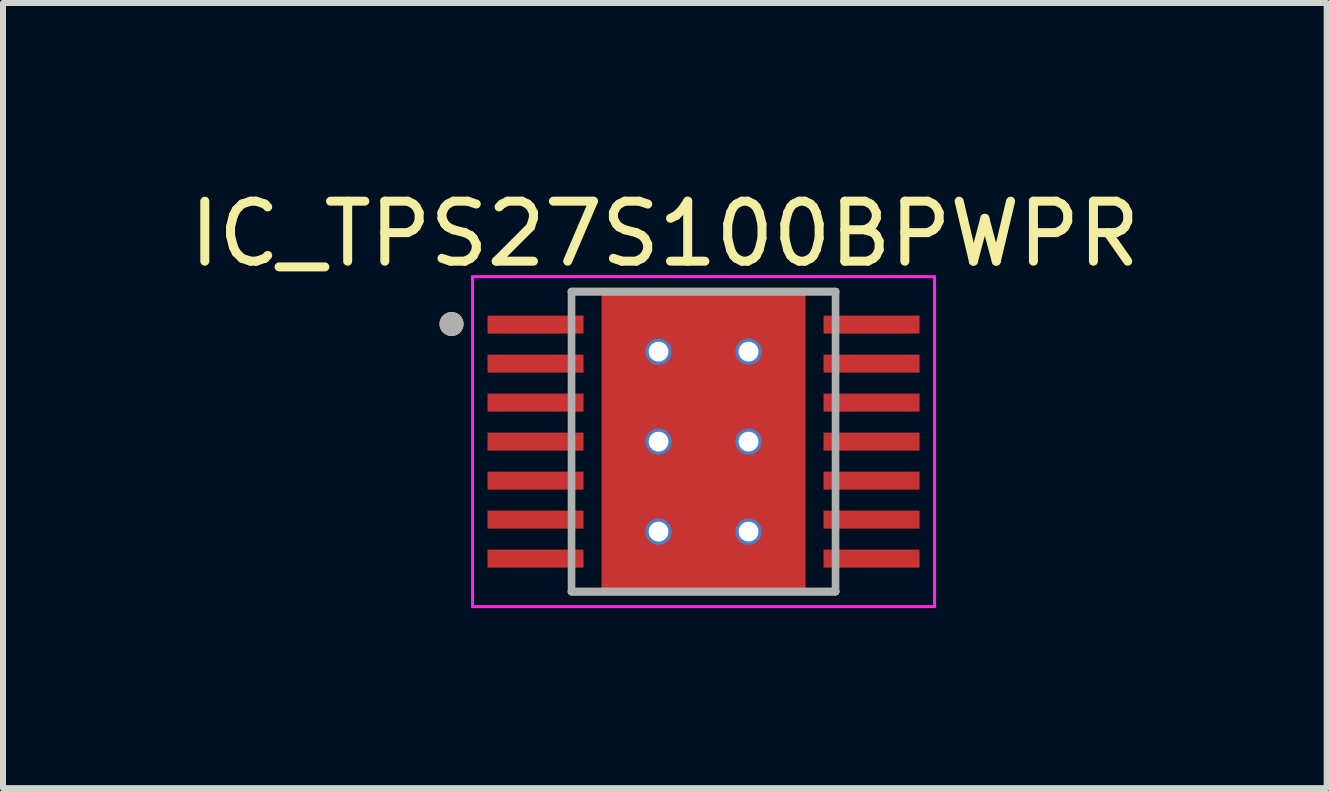
<source format=kicad_pcb>
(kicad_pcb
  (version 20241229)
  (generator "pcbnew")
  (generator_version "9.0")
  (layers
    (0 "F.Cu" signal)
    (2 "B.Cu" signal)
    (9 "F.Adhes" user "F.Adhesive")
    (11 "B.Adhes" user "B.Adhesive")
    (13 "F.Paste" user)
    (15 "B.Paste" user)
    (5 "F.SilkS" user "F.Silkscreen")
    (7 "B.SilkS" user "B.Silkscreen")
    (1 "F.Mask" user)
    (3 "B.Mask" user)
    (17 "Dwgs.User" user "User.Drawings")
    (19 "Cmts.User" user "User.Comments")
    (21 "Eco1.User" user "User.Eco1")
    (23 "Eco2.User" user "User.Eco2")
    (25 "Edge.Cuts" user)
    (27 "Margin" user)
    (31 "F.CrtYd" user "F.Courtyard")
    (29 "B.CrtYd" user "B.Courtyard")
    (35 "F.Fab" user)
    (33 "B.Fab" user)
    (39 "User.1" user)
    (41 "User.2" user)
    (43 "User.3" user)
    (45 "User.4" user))
  (footprint "IC_TPS27S100BPWPR"
    (layer "F.Cu")
    (at 8.675 4.31)
    (property "Reference" "IC_TPS27S100BPWPR" (at -0.645 -3.462 0) (layer "F.SilkS") (effects (font (size 1 1) (thickness 0.15))))
    (attr smd)
    (fp_poly (pts (xy -1.23 -1.155) (xy 1.23 -1.155) (xy 1.23 1.155) (xy -1.23 1.155)) (stroke (width 0.01) (type solid)) (fill yes) (layer "F.Mask"))
    (fp_line (start -2.2 -2.5) (end 2.2 -2.5) (stroke (width 0.127) (type solid)) (layer "F.SilkS"))
    (fp_line (start -2.2 2.5) (end 2.2 2.5) (stroke (width 0.127) (type solid)) (layer "F.SilkS"))
    (fp_circle (center -4.2 -1.96) (end -4.1 -1.96) (stroke (width 0.2) (type solid)) (fill no) (layer "F.SilkS"))
    (fp_poly (pts (xy -3.575 -2.075) (xy -2.025 -2.075) (xy -2.025 -1.825) (xy -3.575 -1.825)) (stroke (width 0.01) (type solid)) (fill yes) (layer "F.Paste"))
    (fp_poly (pts (xy -3.575 -1.425) (xy -2.025 -1.425) (xy -2.025 -1.175) (xy -3.575 -1.175)) (stroke (width 0.01) (type solid)) (fill yes) (layer "F.Paste"))
    (fp_poly (pts (xy -3.575 -0.775) (xy -2.025 -0.775) (xy -2.025 -0.525) (xy -3.575 -0.525)) (stroke (width 0.01) (type solid)) (fill yes) (layer "F.Paste"))
    (fp_poly (pts (xy -3.575 -0.125) (xy -2.025 -0.125) (xy -2.025 0.125) (xy -3.575 0.125)) (stroke (width 0.01) (type solid)) (fill yes) (layer "F.Paste"))
    (fp_poly (pts (xy -3.575 0.525) (xy -2.025 0.525) (xy -2.025 0.775) (xy -3.575 0.775)) (stroke (width 0.01) (type solid)) (fill yes) (layer "F.Paste"))
    (fp_poly (pts (xy -3.575 1.175) (xy -2.025 1.175) (xy -2.025 1.425) (xy -3.575 1.425)) (stroke (width 0.01) (type solid)) (fill yes) (layer "F.Paste"))
    (fp_poly (pts (xy -3.575 1.825) (xy -2.025 1.825) (xy -2.025 2.075) (xy -3.575 2.075)) (stroke (width 0.01) (type solid)) (fill yes) (layer "F.Paste"))
    (fp_poly (pts (xy -1.23 -1.155) (xy 1.23 -1.155) (xy 1.23 1.155) (xy -1.23 1.155)) (stroke (width 0.01) (type solid)) (fill yes) (layer "F.Paste"))
    (fp_poly (pts (xy 2.025 -2.075) (xy 3.575 -2.075) (xy 3.575 -1.825) (xy 2.025 -1.825)) (stroke (width 0.01) (type solid)) (fill yes) (layer "F.Paste"))
    (fp_poly (pts (xy 2.025 -1.425) (xy 3.575 -1.425) (xy 3.575 -1.175) (xy 2.025 -1.175)) (stroke (width 0.01) (type solid)) (fill yes) (layer "F.Paste"))
    (fp_poly (pts (xy 2.025 -0.775) (xy 3.575 -0.775) (xy 3.575 -0.525) (xy 2.025 -0.525)) (stroke (width 0.01) (type solid)) (fill yes) (layer "F.Paste"))
    (fp_poly (pts (xy 2.025 -0.125) (xy 3.575 -0.125) (xy 3.575 0.125) (xy 2.025 0.125)) (stroke (width 0.01) (type solid)) (fill yes) (layer "F.Paste"))
    (fp_poly (pts (xy 2.025 0.525) (xy 3.575 0.525) (xy 3.575 0.775) (xy 2.025 0.775)) (stroke (width 0.01) (type solid)) (fill yes) (layer "F.Paste"))
    (fp_poly (pts (xy 2.025 1.175) (xy 3.575 1.175) (xy 3.575 1.425) (xy 2.025 1.425)) (stroke (width 0.01) (type solid)) (fill yes) (layer "F.Paste"))
    (fp_poly (pts (xy 2.025 1.825) (xy 3.575 1.825) (xy 3.575 2.075) (xy 2.025 2.075)) (stroke (width 0.01) (type solid)) (fill yes) (layer "F.Paste"))
    (fp_line (start -3.85 -2.75) (end -3.85 2.75) (stroke (width 0.05) (type solid)) (layer "F.CrtYd"))
    (fp_line (start -3.85 -2.75) (end 3.85 -2.75) (stroke (width 0.05) (type solid)) (layer "F.CrtYd"))
    (fp_line (start -3.85 2.75) (end 3.85 2.75) (stroke (width 0.05) (type solid)) (layer "F.CrtYd"))
    (fp_line (start 3.85 -2.75) (end 3.85 2.75) (stroke (width 0.05) (type solid)) (layer "F.CrtYd"))
    (fp_line (start -2.2 -2.5) (end -2.2 2.5) (stroke (width 0.127) (type solid)) (layer "F.Fab"))
    (fp_line (start -2.2 -2.5) (end 2.2 -2.5) (stroke (width 0.127) (type solid)) (layer "F.Fab"))
    (fp_line (start -2.2 2.5) (end 2.2 2.5) (stroke (width 0.127) (type solid)) (layer "F.Fab"))
    (fp_line (start 2.2 -2.5) (end 2.2 2.5) (stroke (width 0.127) (type solid)) (layer "F.Fab"))
    (fp_circle (center -4.2 -1.96) (end -4.1 -1.96) (stroke (width 0.2) (type solid)) (fill no) (layer "F.Fab"))
    (pad "1" smd rect (at -2.8 -1.95) (size 1.6 0.3) (layers "F.Cu" "F.Mask"))
    (pad "2" smd rect (at -2.8 -1.3) (size 1.6 0.3) (layers "F.Cu" "F.Mask"))
    (pad "3" smd rect (at -2.8 -0.65) (size 1.6 0.3) (layers "F.Cu" "F.Mask"))
    (pad "4" smd rect (at -2.8 0) (size 1.6 0.3) (layers "F.Cu" "F.Mask"))
    (pad "5" smd rect (at -2.8 0.65) (size 1.6 0.3) (layers "F.Cu" "F.Mask"))
    (pad "6" smd rect (at -2.8 1.3) (size 1.6 0.3) (layers "F.Cu" "F.Mask"))
    (pad "7" smd rect (at -2.8 1.95) (size 1.6 0.3) (layers "F.Cu" "F.Mask"))
    (pad "8" smd rect (at 2.8 1.95) (size 1.6 0.3) (layers "F.Cu" "F.Mask"))
    (pad "9" smd rect (at 2.8 1.3) (size 1.6 0.3) (layers "F.Cu" "F.Mask"))
    (pad "10" smd rect (at 2.8 0.65) (size 1.6 0.3) (layers "F.Cu" "F.Mask"))
    (pad "11" smd rect (at 2.8 0) (size 1.6 0.3) (layers "F.Cu" "F.Mask"))
    (pad "12" smd rect (at 2.8 -0.65) (size 1.6 0.3) (layers "F.Cu" "F.Mask"))
    (pad "13" smd rect (at 2.8 -1.3) (size 1.6 0.3) (layers "F.Cu" "F.Mask"))
    (pad "14" smd rect (at 2.8 -1.95) (size 1.6 0.3) (layers "F.Cu" "F.Mask"))
    (pad "15" smd rect (at 0 0) (size 3.4 5) (layers "F.Cu"))
    (pad "16" thru_hole circle (at -0.75 -1.5) (size 0.44 0.44) (drill 0.33) (layers "*.Cu"))
    (pad "17" thru_hole circle (at 0.75 -1.5) (size 0.44 0.44) (drill 0.33) (layers "*.Cu"))
    (pad "18" thru_hole circle (at -0.75 0) (size 0.44 0.44) (drill 0.33) (layers "*.Cu" "*.Mask"))
    (pad "19" thru_hole circle (at 0.75 0) (size 0.44 0.44) (drill 0.33) (layers "*.Cu" "*.Mask"))
    (pad "20" thru_hole circle (at -0.75 1.5) (size 0.44 0.44) (drill 0.33) (layers "*.Cu"))
    (pad "21" thru_hole circle (at 0.75 1.5) (size 0.44 0.44) (drill 0.33) (layers "*.Cu")))
  (gr_rect
    (start -3 -3)
    (end 19.06 10.085)
    (stroke (width 0.1) (type default))
    (fill no)
    (layer "Edge.Cuts")))
</source>
